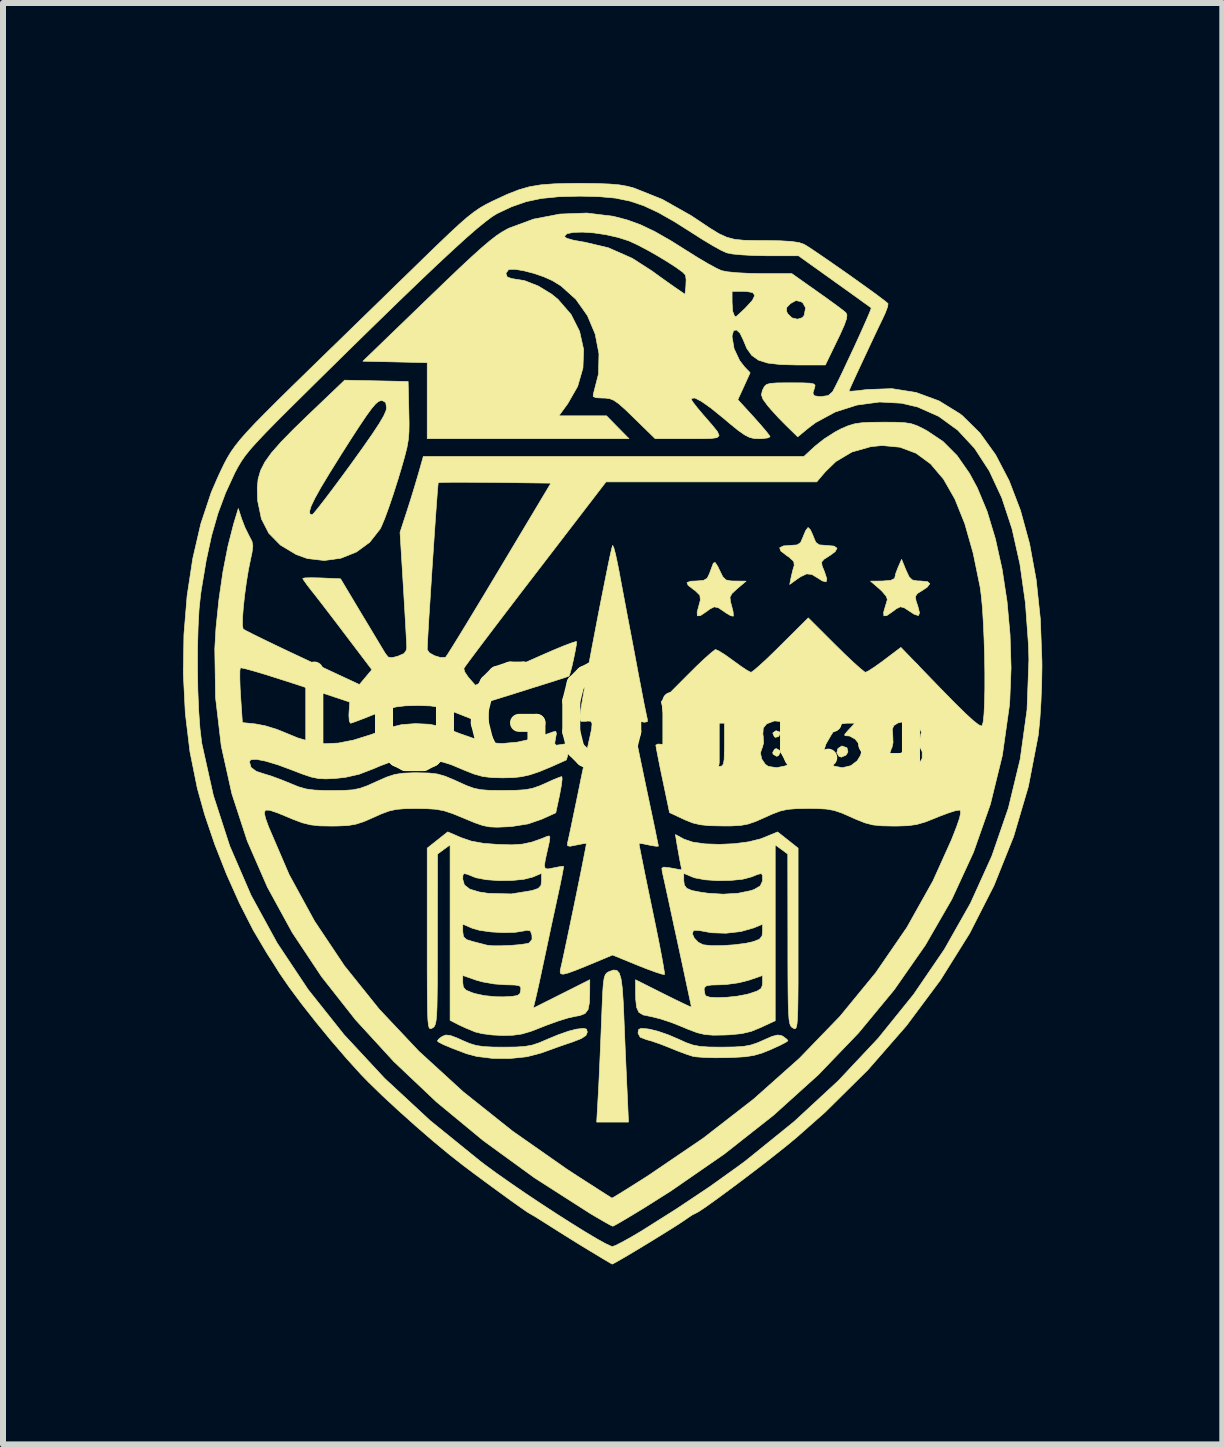
<source format=kicad_pcb>
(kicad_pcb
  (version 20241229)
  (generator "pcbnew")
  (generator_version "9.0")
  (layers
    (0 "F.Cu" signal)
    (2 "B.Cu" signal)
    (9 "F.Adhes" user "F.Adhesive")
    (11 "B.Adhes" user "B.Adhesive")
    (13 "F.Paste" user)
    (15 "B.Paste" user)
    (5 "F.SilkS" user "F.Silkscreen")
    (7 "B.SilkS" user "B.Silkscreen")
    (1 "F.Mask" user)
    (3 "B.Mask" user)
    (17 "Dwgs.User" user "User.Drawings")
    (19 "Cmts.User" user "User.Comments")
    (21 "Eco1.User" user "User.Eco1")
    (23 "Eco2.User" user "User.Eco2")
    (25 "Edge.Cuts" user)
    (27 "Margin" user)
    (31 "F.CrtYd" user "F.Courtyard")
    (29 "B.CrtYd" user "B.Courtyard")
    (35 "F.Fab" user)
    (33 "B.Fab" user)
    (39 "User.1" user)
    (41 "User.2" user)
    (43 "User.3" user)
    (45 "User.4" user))
  (footprint "LOGOmed"
    (layer "F.Cu")
    (at 7.159 8.959)
    (property "Reference" "LOGOmed" (at 0 0 0) (layer "F.SilkS") (effects (font (size 1.524 1.524) (thickness 0.3))))
    (attr through_hole)
    (fp_poly (pts (xy 2.787 0.5) (xy 2.794 0.529) (xy 2.76 0.585) (xy 2.731 0.593) (xy 2.674 0.559) (xy 2.667 0.529) (xy 2.701 0.473) (xy 2.731 0.466) (xy 2.787 0.5)) (stroke (width 0.01) (type solid)) (fill yes) (layer "F.SilkS"))
    (fp_poly (pts (xy 2.787 0.191) (xy 2.794 0.209) (xy 2.766 0.264) (xy 2.712 0.278) (xy 2.694 0.267) (xy 2.668 0.206) (xy 2.714 0.171) (xy 2.731 0.169) (xy 2.787 0.191)) (stroke (width 0.01) (type solid)) (fill yes) (layer "F.SilkS"))
    (fp_poly (pts (xy 4.946 0.5) (xy 4.953 0.529) (xy 4.919 0.585) (xy 4.889 0.593) (xy 4.833 0.559) (xy 4.826 0.529) (xy 4.86 0.473) (xy 4.889 0.466) (xy 4.946 0.5)) (stroke (width 0.01) (type solid)) (fill yes) (layer "F.SilkS"))
    (fp_poly (pts (xy 4.946 0.191) (xy 4.953 0.209) (xy 4.925 0.264) (xy 4.871 0.278) (xy 4.853 0.267) (xy 4.827 0.206) (xy 4.873 0.171) (xy 4.889 0.169) (xy 4.946 0.191)) (stroke (width 0.01) (type solid)) (fill yes) (layer "F.SilkS"))
    (fp_poly (pts (xy 3.905 0.453) (xy 3.921 0.521) (xy 3.889 0.574) (xy 3.811 0.608) (xy 3.772 0.595) (xy 3.735 0.535) (xy 3.754 0.464) (xy 3.815 0.424) (xy 3.827 0.423) (xy 3.905 0.453)) (stroke (width 0.01) (type solid)) (fill yes) (layer "F.SilkS"))
    (fp_poly (pts (xy 0.07 4.161) (xy 0.111 4.207) (xy 0.14 4.303) (xy 0.161 4.457) (xy 0.176 4.68) (xy 0.186 4.901) (xy 0.198 5.192) (xy 0.211 5.511) (xy 0.225 5.823) (xy 0.237 6.092) (xy 0.239 6.128) (xy 0.264 6.689) (xy -0.266 6.689) (xy -0.239 6.212) (xy -0.228 6.002) (xy -0.216 5.734) (xy -0.203 5.437) (xy -0.191 5.137) (xy -0.185 4.981) (xy -0.174 4.711) (xy -0.165 4.514) (xy -0.155 4.377) (xy -0.141 4.287) (xy -0.123 4.234) (xy -0.098 4.203) (xy -0.064 4.183) (xy -0.059 4.181) (xy 0.015 4.155) (xy 0.07 4.161)) (stroke (width 0.01) (type solid)) (fill yes) (layer "F.SilkS"))
    (fp_poly (pts (xy 4.888 -2.508) (xy 4.94 -2.397) (xy 4.993 -2.345) (xy 5.076 -2.329) (xy 5.127 -2.328) (xy 5.247 -2.317) (xy 5.285 -2.282) (xy 5.242 -2.225) (xy 5.165 -2.173) (xy 5.078 -2.119) (xy 5.045 -2.07) (xy 5.055 -1.997) (xy 5.085 -1.909) (xy 5.114 -1.795) (xy 5.095 -1.751) (xy 5.024 -1.774) (xy 4.959 -1.816) (xy 4.86 -1.881) (xy 4.795 -1.898) (xy 4.727 -1.865) (xy 4.668 -1.82) (xy 4.568 -1.751) (xy 4.519 -1.747) (xy 4.516 -1.807) (xy 4.528 -1.852) (xy 4.559 -1.955) (xy 4.578 -2.019) (xy 4.558 -2.074) (xy 4.489 -2.156) (xy 4.445 -2.197) (xy 4.297 -2.325) (xy 4.498 -2.327) (xy 4.636 -2.339) (xy 4.698 -2.37) (xy 4.701 -2.381) (xy 4.718 -2.455) (xy 4.758 -2.559) (xy 4.759 -2.561) (xy 4.815 -2.688) (xy 4.888 -2.508)) (stroke (width 0.01) (type solid)) (fill yes) (layer "F.SilkS"))
    (fp_poly (pts (xy -0.437 5.139) (xy -0.423 5.184) (xy -0.423 5.192) (xy -0.445 5.245) (xy -0.521 5.296) (xy -0.664 5.352) (xy -0.688 5.36) (xy -0.878 5.425) (xy -1.081 5.498) (xy -1.195 5.539) (xy -1.429 5.6) (xy -1.707 5.629) (xy -1.996 5.628) (xy -2.264 5.595) (xy -2.434 5.55) (xy -2.665 5.462) (xy -2.819 5.398) (xy -2.902 5.355) (xy -2.921 5.335) (xy -2.89 5.297) (xy -2.839 5.261) (xy -2.78 5.238) (xy -2.704 5.246) (xy -2.589 5.289) (xy -2.511 5.325) (xy -2.387 5.378) (xy -2.276 5.412) (xy -2.151 5.431) (xy -1.987 5.439) (xy -1.82 5.44) (xy -1.612 5.438) (xy -1.461 5.428) (xy -1.339 5.406) (xy -1.22 5.366) (xy -1.076 5.304) (xy -0.904 5.233) (xy -0.735 5.174) (xy -0.604 5.14) (xy -0.6 5.14) (xy -0.488 5.127) (xy -0.437 5.139)) (stroke (width 0.01) (type solid)) (fill yes) (layer "F.SilkS"))
    (fp_poly (pts (xy 1.753 -2.568) (xy 1.781 -2.508) (xy 1.835 -2.398) (xy 1.889 -2.345) (xy 1.976 -2.328) (xy 2.041 -2.327) (xy 2.223 -2.325) (xy 2.077 -2.201) (xy 1.989 -2.12) (xy 1.955 -2.057) (xy 1.964 -1.978) (xy 1.981 -1.919) (xy 2.007 -1.814) (xy 2.012 -1.748) (xy 2.009 -1.741) (xy 1.965 -1.75) (xy 1.884 -1.798) (xy 1.864 -1.813) (xy 1.763 -1.881) (xy 1.694 -1.897) (xy 1.621 -1.861) (xy 1.566 -1.82) (xy 1.463 -1.751) (xy 1.411 -1.747) (xy 1.408 -1.809) (xy 1.414 -1.831) (xy 1.445 -1.948) (xy 1.462 -2.011) (xy 1.453 -2.09) (xy 1.374 -2.168) (xy 1.356 -2.18) (xy 1.258 -2.255) (xy 1.238 -2.301) (xy 1.3 -2.324) (xy 1.398 -2.328) (xy 1.513 -2.337) (xy 1.575 -2.373) (xy 1.611 -2.445) (xy 1.651 -2.553) (xy 1.678 -2.625) (xy 1.707 -2.637) (xy 1.753 -2.568)) (stroke (width 0.01) (type solid)) (fill yes) (layer "F.SilkS"))
    (fp_poly (pts (xy 3.295 -3.181) (xy 3.336 -3.092) (xy 3.344 -3.069) (xy 3.385 -2.972) (xy 3.442 -2.93) (xy 3.549 -2.921) (xy 3.557 -2.921) (xy 3.689 -2.909) (xy 3.739 -2.874) (xy 3.708 -2.817) (xy 3.62 -2.752) (xy 3.521 -2.689) (xy 3.482 -2.643) (xy 3.49 -2.579) (xy 3.531 -2.479) (xy 3.569 -2.362) (xy 3.557 -2.313) (xy 3.492 -2.33) (xy 3.427 -2.372) (xy 3.319 -2.437) (xy 3.232 -2.446) (xy 3.132 -2.399) (xy 3.079 -2.363) (xy 2.95 -2.27) (xy 2.975 -2.395) (xy 3.002 -2.509) (xy 3.026 -2.588) (xy 3.018 -2.653) (xy 2.937 -2.727) (xy 2.902 -2.75) (xy 2.802 -2.827) (xy 2.783 -2.881) (xy 2.845 -2.912) (xy 2.963 -2.921) (xy 3.073 -2.929) (xy 3.132 -2.968) (xy 3.173 -3.062) (xy 3.175 -3.069) (xy 3.216 -3.166) (xy 3.253 -3.216) (xy 3.26 -3.217) (xy 3.295 -3.181)) (stroke (width 0.01) (type solid)) (fill yes) (layer "F.SilkS"))
    (fp_poly (pts (xy 0.564 5.134) (xy 0.615 5.141) (xy 0.753 5.175) (xy 0.927 5.235) (xy 1.091 5.305) (xy 1.228 5.367) (xy 1.341 5.406) (xy 1.459 5.428) (xy 1.606 5.438) (xy 1.811 5.44) (xy 1.82 5.44) (xy 2.032 5.437) (xy 2.184 5.427) (xy 2.303 5.405) (xy 2.415 5.367) (xy 2.511 5.325) (xy 2.654 5.262) (xy 2.746 5.238) (xy 2.81 5.246) (xy 2.839 5.261) (xy 2.903 5.309) (xy 2.921 5.334) (xy 2.884 5.36) (xy 2.79 5.409) (xy 2.656 5.47) (xy 2.635 5.48) (xy 2.488 5.539) (xy 2.356 5.577) (xy 2.211 5.6) (xy 2.025 5.611) (xy 1.905 5.615) (xy 1.705 5.617) (xy 1.524 5.612) (xy 1.387 5.601) (xy 1.333 5.592) (xy 1.226 5.557) (xy 1.078 5.502) (xy 0.953 5.451) (xy 0.795 5.389) (xy 0.647 5.338) (xy 0.561 5.314) (xy 0.459 5.275) (xy 0.424 5.21) (xy 0.423 5.199) (xy 0.432 5.147) (xy 0.471 5.128) (xy 0.564 5.134)) (stroke (width 0.01) (type solid)) (fill yes) (layer "F.SilkS"))
    (fp_poly (pts (xy -3.408 -5.652) (xy -3.396 -5.154) (xy -3.392 -4.963) (xy -3.394 -4.813) (xy -3.405 -4.682) (xy -3.428 -4.549) (xy -3.468 -4.392) (xy -3.526 -4.19) (xy -3.58 -4.011) (xy -3.655 -3.775) (xy -3.73 -3.554) (xy -3.799 -3.366) (xy -3.855 -3.233) (xy -3.876 -3.192) (xy -4.047 -2.974) (xy -4.271 -2.81) (xy -4.529 -2.707) (xy -4.806 -2.669) (xy -5.085 -2.701) (xy -5.271 -2.767) (xy -5.537 -2.927) (xy -5.73 -3.123) (xy -5.853 -3.363) (xy -5.879 -3.488) (xy -5.051 -3.488) (xy -5.043 -3.442) (xy -5.007 -3.431) (xy -4.974 -3.464) (xy -4.899 -3.556) (xy -4.788 -3.699) (xy -4.65 -3.882) (xy -4.491 -4.096) (xy -4.371 -4.26) (xy -4.164 -4.548) (xy -4.005 -4.776) (xy -3.89 -4.95) (xy -3.815 -5.078) (xy -3.776 -5.167) (xy -3.768 -5.211) (xy -3.781 -5.301) (xy -3.832 -5.331) (xy -3.863 -5.333) (xy -3.901 -5.32) (xy -3.95 -5.279) (xy -4.017 -5.201) (xy -4.105 -5.08) (xy -4.222 -4.906) (xy -4.373 -4.674) (xy -4.522 -4.439) (xy -4.713 -4.133) (xy -4.859 -3.891) (xy -4.962 -3.706) (xy -5.025 -3.574) (xy -5.051 -3.488) (xy -5.879 -3.488) (xy -5.914 -3.656) (xy -5.918 -3.708) (xy -5.922 -3.878) (xy -5.908 -4.027) (xy -5.867 -4.168) (xy -5.795 -4.31) (xy -5.684 -4.465) (xy -5.527 -4.643) (xy -5.319 -4.856) (xy -5.088 -5.08) (xy -4.466 -5.674) (xy -3.408 -5.652)) (stroke (width 0.01) (type solid)) (fill yes) (layer "F.SilkS"))
    (fp_poly (pts (xy 0.019 -2.882) (xy 0.047 -2.778) (xy 0.08 -2.625) (xy 0.103 -2.508) (xy 0.148 -2.266) (xy 0.199 -1.995) (xy 0.246 -1.744) (xy 0.256 -1.693) (xy 0.294 -1.493) (xy 0.342 -1.241) (xy 0.393 -0.969) (xy 0.442 -0.708) (xy 0.444 -0.699) (xy 0.486 -0.479) (xy 0.523 -0.286) (xy 0.554 -0.136) (xy 0.573 -0.046) (xy 0.577 -0.032) (xy 0.579 0.016) (xy 0.531 0.026) (xy 0.468 0.015) (xy 0.379 0.008) (xy 0.339 0.027) (xy 0.339 0.029) (xy 0.347 0.08) (xy 0.371 0.201) (xy 0.407 0.382) (xy 0.454 0.61) (xy 0.509 0.874) (xy 0.55 1.071) (xy 0.609 1.351) (xy 0.662 1.602) (xy 0.706 1.812) (xy 0.738 1.971) (xy 0.758 2.067) (xy 0.762 2.091) (xy 0.726 2.093) (xy 0.635 2.079) (xy 0.604 2.072) (xy 0.502 2.051) (xy 0.443 2.044) (xy 0.439 2.045) (xy 0.445 2.087) (xy 0.467 2.201) (xy 0.502 2.375) (xy 0.547 2.6) (xy 0.601 2.863) (xy 0.657 3.132) (xy 0.717 3.422) (xy 0.77 3.685) (xy 0.813 3.908) (xy 0.844 4.08) (xy 0.862 4.192) (xy 0.864 4.23) (xy 0.819 4.223) (xy 0.713 4.189) (xy 0.563 4.134) (xy 0.421 4.078) (xy -0.002 3.905) (xy -0.392 4.068) (xy -0.599 4.152) (xy -0.74 4.204) (xy -0.825 4.225) (xy -0.866 4.216) (xy -0.875 4.179) (xy -0.868 4.138) (xy -0.843 4.028) (xy -0.807 3.862) (xy -0.763 3.654) (xy -0.713 3.416) (xy -0.66 3.161) (xy -0.607 2.905) (xy -0.557 2.659) (xy -0.512 2.437) (xy -0.476 2.253) (xy -0.45 2.121) (xy -0.438 2.052) (xy -0.438 2.046) (xy -0.48 2.048) (xy -0.576 2.066) (xy -0.608 2.073) (xy -0.711 2.093) (xy -0.752 2.083) (xy -0.751 2.036) (xy -0.747 2.018) (xy -0.731 1.947) (xy -0.701 1.809) (xy -0.662 1.62) (xy -0.615 1.395) (xy -0.576 1.206) (xy -0.525 0.955) (xy -0.475 0.718) (xy -0.432 0.514) (xy -0.4 0.362) (xy -0.385 0.296) (xy -0.351 0.139) (xy -0.343 0.049) (xy -0.364 0.009) (xy -0.416 0.006) (xy -0.445 0.01) (xy -0.527 0.011) (xy -0.551 -0.038) (xy -0.544 -0.103) (xy -0.522 -0.237) (xy -0.49 -0.426) (xy -0.448 -0.66) (xy -0.399 -0.928) (xy -0.345 -1.217) (xy -0.288 -1.516) (xy -0.231 -1.814) (xy -0.175 -2.098) (xy -0.123 -2.358) (xy -0.078 -2.582) (xy -0.041 -2.758) (xy -0.014 -2.875) (xy -0.000008 -2.921) (xy 0.000494 -2.921) (xy 0.019 -2.882)) (stroke (width 0.01) (type solid)) (fill yes) (layer "F.SilkS"))
    (fp_poly (pts (xy -2.528 1.948) (xy -2.357 2.007) (xy -2.153 2.044) (xy -1.905 2.063) (xy -1.679 2.069) (xy -1.503 2.057) (xy -1.345 2.023) (xy -1.171 1.961) (xy -1.095 1.929) (xy -1.058 1.92) (xy -1.046 1.946) (xy -1.056 2.022) (xy -1.084 2.146) (xy -1.122 2.315) (xy -1.137 2.415) (xy -1.124 2.463) (xy -1.077 2.471) (xy -0.993 2.455) (xy -0.985 2.453) (xy -0.882 2.433) (xy -0.823 2.426) (xy -0.818 2.427) (xy -0.823 2.47) (xy -0.843 2.578) (xy -0.875 2.736) (xy -0.915 2.922) (xy -0.967 3.163) (xy -1.029 3.45) (xy -1.091 3.743) (xy -1.141 3.979) (xy -1.188 4.199) (xy -1.231 4.399) (xy -1.267 4.558) (xy -1.29 4.658) (xy -1.293 4.67) (xy -1.323 4.79) (xy -0.852 4.554) (xy -0.381 4.317) (xy -0.382 4.519) (xy -0.387 4.7) (xy -0.41 4.814) (xy -0.46 4.88) (xy -0.547 4.914) (xy -0.618 4.926) (xy -0.744 4.954) (xy -0.917 5.008) (xy -1.104 5.076) (xy -1.165 5.1) (xy -1.362 5.177) (xy -1.517 5.222) (xy -1.664 5.242) (xy -1.831 5.246) (xy -2.01 5.237) (xy -2.176 5.215) (xy -2.29 5.187) (xy -2.434 5.128) (xy -2.573 5.064) (xy -2.576 5.062) (xy -2.709 4.993) (xy -2.709 4.366) (xy -2.498 4.366) (xy -2.488 4.441) (xy -2.444 4.49) (xy -2.346 4.531) (xy -2.297 4.547) (xy -2.141 4.581) (xy -1.95 4.6) (xy -1.82 4.602) (xy -1.671 4.594) (xy -1.586 4.579) (xy -1.546 4.549) (xy -1.532 4.498) (xy -1.53 4.446) (xy -1.556 4.417) (xy -1.628 4.405) (xy -1.765 4.401) (xy -1.786 4.401) (xy -1.975 4.387) (xy -2.172 4.352) (xy -2.275 4.323) (xy -2.498 4.246) (xy -2.498 4.366) (xy -2.709 4.366) (xy -2.709 3.514) (xy -2.498 3.514) (xy -2.486 3.599) (xy -2.436 3.647) (xy -2.339 3.678) (xy -2.211 3.711) (xy -2.106 3.738) (xy -2.095 3.741) (xy -2.002 3.751) (xy -1.857 3.751) (xy -1.691 3.744) (xy -1.535 3.731) (xy -1.42 3.713) (xy -1.393 3.705) (xy -1.343 3.645) (xy -1.345 3.575) (xy -1.371 3.503) (xy -1.429 3.492) (xy -1.476 3.503) (xy -1.626 3.527) (xy -1.822 3.532) (xy -2.03 3.52) (xy -2.216 3.494) (xy -2.339 3.459) (xy -2.498 3.391) (xy -2.498 3.514) (xy -2.709 3.514) (xy -2.709 2.644) (xy -2.498 2.644) (xy -2.47 2.738) (xy -2.381 2.807) (xy -2.222 2.855) (xy -2.075 2.877) (xy -1.688 2.887) (xy -1.344 2.831) (xy -1.239 2.795) (xy -1.194 2.745) (xy -1.185 2.668) (xy -1.185 2.544) (xy -1.332 2.606) (xy -1.479 2.643) (xy -1.678 2.663) (xy -1.897 2.665) (xy -2.106 2.65) (xy -2.274 2.618) (xy -2.314 2.603) (xy -2.425 2.558) (xy -2.479 2.548) (xy -2.496 2.578) (xy -2.498 2.644) (xy -2.709 2.644) (xy -2.709 2.07) (xy -2.814 2.146) (xy -2.918 2.223) (xy -2.92 3.65) (xy -2.92 4.035) (xy -2.921 4.344) (xy -2.924 4.586) (xy -2.927 4.77) (xy -2.933 4.903) (xy -2.942 4.996) (xy -2.954 5.055) (xy -2.969 5.091) (xy -2.988 5.112) (xy -3.006 5.122) (xy -3.028 5.132) (xy -3.046 5.131) (xy -3.06 5.111) (xy -3.071 5.064) (xy -3.079 4.982) (xy -3.084 4.858) (xy -3.087 4.682) (xy -3.089 4.448) (xy -3.09 4.147) (xy -3.09 3.772) (xy -3.09 3.646) (xy -3.09 2.124) (xy -2.748 1.853) (xy -2.528 1.948)) (stroke (width 0.01) (type solid)) (fill yes) (layer "F.SilkS"))
    (fp_poly (pts (xy 2.92 1.989) (xy 3.09 2.124) (xy 3.09 3.646) (xy 3.09 4.044) (xy 3.09 4.366) (xy 3.088 4.619) (xy 3.085 4.811) (xy 3.08 4.95) (xy 3.073 5.044) (xy 3.063 5.101) (xy 3.05 5.128) (xy 3.034 5.134) (xy 3.013 5.126) (xy 3.006 5.122) (xy 2.983 5.107) (xy 2.964 5.083) (xy 2.95 5.042) (xy 2.939 4.975) (xy 2.932 4.873) (xy 2.926 4.727) (xy 2.923 4.529) (xy 2.921 4.27) (xy 2.92 3.941) (xy 2.92 3.65) (xy 2.918 2.223) (xy 2.814 2.146) (xy 2.709 2.07) (xy 2.709 5) (xy 2.466 5.113) (xy 2.307 5.178) (xy 2.149 5.215) (xy 1.955 5.234) (xy 1.863 5.238) (xy 1.676 5.241) (xy 1.536 5.23) (xy 1.407 5.199) (xy 1.253 5.141) (xy 1.164 5.103) (xy 0.981 5.03) (xy 0.799 4.97) (xy 0.653 4.933) (xy 0.628 4.928) (xy 0.51 4.904) (xy 0.437 4.86) (xy 0.399 4.778) (xy 0.384 4.64) (xy 0.382 4.519) (xy 0.381 4.317) (xy 0.847 4.551) (xy 1.024 4.639) (xy 1.171 4.71) (xy 1.271 4.757) (xy 1.312 4.773) (xy 1.312 4.772) (xy 1.304 4.73) (xy 1.28 4.618) (xy 1.251 4.48) (xy 1.524 4.48) (xy 1.538 4.561) (xy 1.552 4.586) (xy 1.619 4.608) (xy 1.744 4.615) (xy 1.904 4.609) (xy 2.074 4.591) (xy 2.229 4.562) (xy 2.278 4.549) (xy 2.406 4.506) (xy 2.472 4.465) (xy 2.495 4.409) (xy 2.498 4.365) (xy 2.498 4.246) (xy 2.275 4.323) (xy 2.103 4.367) (xy 1.902 4.395) (xy 1.789 4.401) (xy 1.642 4.405) (xy 1.562 4.419) (xy 1.529 4.449) (xy 1.524 4.48) (xy 1.251 4.48) (xy 1.244 4.45) (xy 1.199 4.237) (xy 1.147 3.994) (xy 1.091 3.734) (xy 1.051 3.549) (xy 1.327 3.549) (xy 1.36 3.623) (xy 1.427 3.693) (xy 1.508 3.734) (xy 1.642 3.749) (xy 1.827 3.748) (xy 2.031 3.734) (xy 2.222 3.709) (xy 2.339 3.683) (xy 2.444 3.643) (xy 2.489 3.589) (xy 2.498 3.514) (xy 2.498 3.391) (xy 2.353 3.452) (xy 2.136 3.514) (xy 1.886 3.542) (xy 1.647 3.534) (xy 1.569 3.52) (xy 1.449 3.498) (xy 1.365 3.493) (xy 1.348 3.496) (xy 1.327 3.549) (xy 1.051 3.549) (xy 1.033 3.468) (xy 0.978 3.211) (xy 0.927 2.975) (xy 0.883 2.773) (xy 0.86 2.666) (xy 1.185 2.666) (xy 1.195 2.741) (xy 1.235 2.793) (xy 1.32 2.83) (xy 1.465 2.858) (xy 1.586 2.875) (xy 1.84 2.891) (xy 2.09 2.876) (xy 2.303 2.832) (xy 2.36 2.812) (xy 2.46 2.753) (xy 2.496 2.674) (xy 2.498 2.648) (xy 2.496 2.575) (xy 2.476 2.548) (xy 2.418 2.561) (xy 2.314 2.603) (xy 2.166 2.642) (xy 1.967 2.662) (xy 1.747 2.666) (xy 1.538 2.651) (xy 1.372 2.62) (xy 1.332 2.606) (xy 1.185 2.544) (xy 1.185 2.666) (xy 0.86 2.666) (xy 0.849 2.619) (xy 0.829 2.525) (xy 0.826 2.514) (xy 0.82 2.459) (xy 0.85 2.44) (xy 0.937 2.449) (xy 0.979 2.456) (xy 1.152 2.488) (xy 1.125 2.355) (xy 1.1 2.219) (xy 1.074 2.069) (xy 1.072 2.06) (xy 1.046 1.897) (xy 1.19 1.975) (xy 1.336 2.024) (xy 1.541 2.053) (xy 1.78 2.061) (xy 2.029 2.05) (xy 2.265 2.019) (xy 2.464 1.97) (xy 2.507 1.953) (xy 2.749 1.854) (xy 2.92 1.989)) (stroke (width 0.01) (type solid)) (fill yes) (layer "F.SilkS"))
    (fp_poly (pts (xy 0.01 -8.405) (xy 0.014 -8.404) (xy 0.241 -8.345) (xy 0.464 -8.264) (xy 0.701 -8.151) (xy 0.969 -7.998) (xy 1.228 -7.835) (xy 1.413 -7.719) (xy 1.585 -7.617) (xy 1.727 -7.54) (xy 1.816 -7.499) (xy 1.915 -7.48) (xy 2.076 -7.464) (xy 2.276 -7.454) (xy 2.472 -7.45) (xy 2.985 -7.45) (xy 3.408 -7.151) (xy 3.577 -7.031) (xy 3.723 -6.925) (xy 3.831 -6.844) (xy 3.886 -6.799) (xy 3.904 -6.761) (xy 3.897 -6.697) (xy 3.86 -6.592) (xy 3.789 -6.433) (xy 3.742 -6.336) (xy 3.544 -5.927) (xy 3.083 -5.927) (xy 2.799 -5.934) (xy 2.585 -5.959) (xy 2.429 -6.008) (xy 2.317 -6.088) (xy 2.235 -6.204) (xy 2.179 -6.339) (xy 2.123 -6.456) (xy 2.064 -6.511) (xy 2.015 -6.5) (xy 1.991 -6.42) (xy 1.99 -6.394) (xy 2.024 -6.197) (xy 2.116 -6.001) (xy 2.199 -5.894) (xy 2.291 -5.798) (xy 2.189 -5.573) (xy 2.086 -5.349) (xy 2.354 -5.056) (xy 2.47 -4.925) (xy 2.562 -4.817) (xy 2.615 -4.747) (xy 2.623 -4.731) (xy 2.586 -4.712) (xy 2.491 -4.7) (xy 2.437 -4.699) (xy 2.353 -4.703) (xy 2.278 -4.722) (xy 2.196 -4.764) (xy 2.091 -4.838) (xy 1.947 -4.955) (xy 1.849 -5.038) (xy 1.638 -5.209) (xy 1.478 -5.322) (xy 1.37 -5.377) (xy 1.318 -5.371) (xy 1.312 -5.349) (xy 1.338 -5.307) (xy 1.407 -5.218) (xy 1.506 -5.1) (xy 1.538 -5.064) (xy 1.666 -4.916) (xy 1.747 -4.815) (xy 1.774 -4.751) (xy 1.739 -4.716) (xy 1.638 -4.702) (xy 1.464 -4.699) (xy 1.267 -4.699) (xy 0.709 -4.699) (xy 0.362 -5.038) (xy 0.21 -5.185) (xy 0.1 -5.282) (xy 0.018 -5.339) (xy -0.053 -5.367) (xy -0.129 -5.376) (xy -0.166 -5.376) (xy -0.279 -5.382) (xy -0.325 -5.403) (xy -0.321 -5.445) (xy -0.236 -5.777) (xy -0.228 -6.114) (xy -0.291 -6.442) (xy -0.42 -6.749) (xy -0.612 -7.021) (xy -0.86 -7.244) (xy -1.004 -7.333) (xy -1.145 -7.396) (xy -1.31 -7.453) (xy -1.476 -7.496) (xy -1.62 -7.521) (xy -1.717 -7.521) (xy -1.735 -7.515) (xy -1.779 -7.454) (xy -1.757 -7.394) (xy -1.68 -7.366) (xy -1.677 -7.366) (xy -1.468 -7.333) (xy -1.239 -7.243) (xy -1.018 -7.108) (xy -0.91 -7.02) (xy -0.693 -6.769) (xy -0.551 -6.487) (xy -0.484 -6.186) (xy -0.495 -5.877) (xy -0.583 -5.571) (xy -0.749 -5.281) (xy -0.896 -5.08) (xy -0.102 -5.08) (xy 0.085 -4.889) (xy 0.272 -4.699) (xy -3.09 -4.699) (xy -3.09 -5.966) (xy -3.626 -5.978) (xy -4.162 -5.99) (xy -3.083 -7.032) (xy -2.786 -7.318) (xy -2.542 -7.551) (xy -2.342 -7.737) (xy -2.181 -7.882) (xy -2.049 -7.994) (xy -1.952 -8.069) (xy -0.804 -8.069) (xy -0.764 -8.038) (xy -0.653 -8.006) (xy -0.483 -7.976) (xy -0.472 -7.975) (xy -0.071 -7.88) (xy 0.326 -7.705) (xy 0.652 -7.496) (xy 0.802 -7.387) (xy 0.951 -7.281) (xy 1.047 -7.214) (xy 1.206 -7.105) (xy 1.211 -7.154) (xy 1.99 -7.154) (xy 1.99 -6.971) (xy 2 -6.821) (xy 2.031 -6.742) (xy 2.054 -6.731) (xy 2.086 -6.758) (xy 2.159 -6.826) (xy 2.216 -6.881) (xy 2.218 -6.883) (xy 2.898 -6.883) (xy 2.899 -6.818) (xy 2.917 -6.781) (xy 2.988 -6.712) (xy 3.081 -6.69) (xy 3.162 -6.716) (xy 3.192 -6.756) (xy 3.215 -6.879) (xy 3.17 -6.961) (xy 3.137 -6.983) (xy 3.054 -7.001) (xy 2.965 -6.952) (xy 2.962 -6.95) (xy 2.898 -6.883) (xy 2.218 -6.883) (xy 2.328 -7.003) (xy 2.368 -7.086) (xy 2.334 -7.134) (xy 2.227 -7.153) (xy 2.18 -7.154) (xy 1.99 -7.154) (xy 1.211 -7.154) (xy 1.22 -7.239) (xy 1.224 -7.35) (xy 1.214 -7.425) (xy 1.168 -7.473) (xy 1.064 -7.549) (xy 0.919 -7.643) (xy 0.751 -7.745) (xy 0.576 -7.844) (xy 0.414 -7.929) (xy 0.28 -7.991) (xy 0.271 -7.995) (xy 0.09 -8.053) (xy -0.11 -8.098) (xy -0.311 -8.128) (xy -0.498 -8.141) (xy -0.653 -8.137) (xy -0.761 -8.115) (xy -0.804 -8.072) (xy -0.804 -8.069) (xy -1.952 -8.069) (xy -1.941 -8.078) (xy -1.847 -8.141) (xy -1.761 -8.19) (xy -1.722 -8.209) (xy -1.318 -8.358) (xy -0.88 -8.442) (xy -0.43 -8.459) (xy 0.01 -8.405)) (stroke (width 0.01) (type solid)) (fill yes) (layer "F.SilkS"))
    (fp_poly (pts (xy -0.27 -8.951) (xy -0.057 -8.943) (xy 0.109 -8.929) (xy 0.244 -8.905) (xy 0.36 -8.874) (xy 0.827 -8.687) (xy 1.304 -8.418) (xy 1.416 -8.344) (xy 1.616 -8.21) (xy 1.769 -8.116) (xy 1.9 -8.056) (xy 2.031 -8.021) (xy 2.188 -8.005) (xy 2.393 -8.001) (xy 2.527 -8.001) (xy 2.787 -7.997) (xy 2.975 -7.986) (xy 3.106 -7.967) (xy 3.191 -7.937) (xy 3.262 -7.894) (xy 3.382 -7.814) (xy 3.54 -7.706) (xy 3.722 -7.58) (xy 3.915 -7.445) (xy 4.106 -7.309) (xy 4.282 -7.183) (xy 4.429 -7.075) (xy 4.535 -6.995) (xy 4.587 -6.952) (xy 4.589 -6.949) (xy 4.582 -6.898) (xy 4.544 -6.796) (xy 4.494 -6.688) (xy 4.421 -6.537) (xy 4.335 -6.355) (xy 4.243 -6.159) (xy 4.152 -5.964) (xy 4.068 -5.784) (xy 4 -5.636) (xy 3.954 -5.533) (xy 3.937 -5.492) (xy 3.975 -5.49) (xy 4.077 -5.498) (xy 4.22 -5.516) (xy 4.239 -5.518) (xy 4.653 -5.533) (xy 5.057 -5.469) (xy 5.438 -5.329) (xy 5.784 -5.116) (xy 5.828 -5.082) (xy 6.121 -4.793) (xy 6.382 -4.43) (xy 6.607 -3.998) (xy 6.796 -3.504) (xy 6.947 -2.951) (xy 7.058 -2.346) (xy 7.127 -1.692) (xy 7.153 -0.995) (xy 7.154 -0.913) (xy 7.149 -0.612) (xy 7.137 -0.307) (xy 7.119 -0.025) (xy 7.096 0.208) (xy 7.09 0.254) (xy 6.927 1.099) (xy 6.682 1.93) (xy 6.355 2.746) (xy 5.948 3.545) (xy 5.461 4.324) (xy 4.897 5.081) (xy 4.256 5.816) (xy 3.54 6.525) (xy 3.064 6.945) (xy 2.915 7.069) (xy 2.732 7.215) (xy 2.527 7.376) (xy 2.31 7.542) (xy 2.092 7.707) (xy 1.885 7.861) (xy 1.699 7.997) (xy 1.545 8.107) (xy 1.434 8.181) (xy 1.377 8.212) (xy 1.374 8.213) (xy 1.327 8.236) (xy 1.242 8.293) (xy 1.214 8.313) (xy 1.138 8.364) (xy 1.014 8.444) (xy 0.855 8.543) (xy 0.677 8.653) (xy 0.493 8.765) (xy 0.319 8.87) (xy 0.168 8.959) (xy 0.056 9.023) (xy -0.003 9.054) (xy -0.009 9.055) (xy -0.048 9.033) (xy -0.143 8.977) (xy -0.279 8.895) (xy -0.382 8.833) (xy -0.582 8.711) (xy -0.797 8.577) (xy -0.989 8.456) (xy -1.038 8.425) (xy -1.18 8.335) (xy -1.295 8.263) (xy -1.366 8.222) (xy -1.375 8.217) (xy -1.429 8.184) (xy -1.538 8.108) (xy -1.691 8) (xy -1.875 7.866) (xy -2.079 7.717) (xy -2.29 7.561) (xy -2.477 7.421) (xy -2.718 7.232) (xy -2.992 7.005) (xy -3.282 6.754) (xy -3.569 6.497) (xy -3.837 6.249) (xy -4.066 6.026) (xy -4.189 5.9) (xy -4.437 5.626) (xy -4.694 5.327) (xy -4.946 5.02) (xy -5.182 4.72) (xy -5.388 4.443) (xy -5.553 4.204) (xy -5.609 4.114) (xy -5.657 4.037) (xy -5.73 3.924) (xy -5.762 3.874) (xy -5.989 3.491) (xy -6.216 3.046) (xy -6.433 2.562) (xy -6.63 2.062) (xy -6.798 1.567) (xy -6.921 1.127) (xy -7.044 0.516) (xy -7.121 -0.124) (xy -7.154 -0.78) (xy -7.153 -0.859) (xy -6.918 -0.859) (xy -6.912 -0.501) (xy -6.898 -0.165) (xy -6.877 0.129) (xy -6.849 0.362) (xy -6.846 0.381) (xy -6.654 1.245) (xy -6.381 2.088) (xy -6.026 2.909) (xy -5.59 3.706) (xy -5.074 4.481) (xy -4.476 5.233) (xy -3.799 5.961) (xy -3.041 6.664) (xy -2.203 7.343) (xy -2.138 7.393) (xy -1.936 7.541) (xy -1.704 7.704) (xy -1.452 7.877) (xy -1.191 8.051) (xy -0.932 8.22) (xy -0.685 8.377) (xy -0.46 8.517) (xy -0.269 8.631) (xy -0.121 8.713) (xy -0.027 8.757) (xy -0.004 8.763) (xy 0.054 8.742) (xy 0.167 8.684) (xy 0.318 8.6) (xy 0.483 8.502) (xy 1.066 8.134) (xy 1.614 7.768) (xy 2.107 7.415) (xy 2.215 7.335) (xy 3.026 6.679) (xy 3.763 5.997) (xy 4.427 5.29) (xy 5.016 4.56) (xy 5.528 3.81) (xy 5.963 3.041) (xy 6.319 2.255) (xy 6.595 1.454) (xy 6.791 0.642) (xy 6.905 -0.182) (xy 6.936 -1.014) (xy 6.93 -1.249) (xy 6.878 -1.963) (xy 6.786 -2.613) (xy 6.655 -3.197) (xy 6.485 -3.713) (xy 6.277 -4.16) (xy 6.032 -4.537) (xy 5.75 -4.841) (xy 5.433 -5.071) (xy 5.082 -5.227) (xy 4.813 -5.29) (xy 4.445 -5.31) (xy 4.07 -5.259) (xy 3.709 -5.144) (xy 3.385 -4.969) (xy 3.27 -4.883) (xy 3.084 -4.73) (xy 2.893 -4.916) (xy 2.765 -5.046) (xy 2.641 -5.182) (xy 2.578 -5.256) (xy 2.504 -5.358) (xy 2.479 -5.43) (xy 2.495 -5.501) (xy 2.504 -5.521) (xy 2.53 -5.571) (xy 2.566 -5.603) (xy 2.628 -5.62) (xy 2.734 -5.628) (xy 2.902 -5.63) (xy 2.975 -5.63) (xy 3.166 -5.629) (xy 3.287 -5.624) (xy 3.351 -5.611) (xy 3.373 -5.589) (xy 3.367 -5.556) (xy 3.337 -5.458) (xy 3.36 -5.414) (xy 3.449 -5.4) (xy 3.466 -5.399) (xy 3.593 -5.418) (xy 3.664 -5.48) (xy 3.701 -5.549) (xy 3.763 -5.672) (xy 3.842 -5.836) (xy 3.931 -6.026) (xy 4.025 -6.226) (xy 4.115 -6.423) (xy 4.195 -6.602) (xy 4.259 -6.747) (xy 4.299 -6.844) (xy 4.309 -6.879) (xy 4.273 -6.905) (xy 4.178 -6.973) (xy 4.038 -7.074) (xy 3.862 -7.2) (xy 3.697 -7.318) (xy 3.097 -7.747) (xy 2.571 -7.747) (xy 2.354 -7.751) (xy 2.154 -7.762) (xy 1.995 -7.777) (xy 1.901 -7.796) (xy 1.806 -7.839) (xy 1.664 -7.918) (xy 1.493 -8.021) (xy 1.355 -8.109) (xy 1.035 -8.312) (xy 0.762 -8.467) (xy 0.518 -8.581) (xy 0.285 -8.659) (xy 0.045 -8.708) (xy -0.221 -8.732) (xy -0.531 -8.74) (xy -0.55 -8.74) (xy -0.9 -8.731) (xy -1.19 -8.702) (xy -1.444 -8.648) (xy -1.686 -8.563) (xy -1.926 -8.45) (xy -2.01 -8.398) (xy -2.122 -8.314) (xy -2.267 -8.196) (xy -2.446 -8.04) (xy -2.662 -7.843) (xy -2.919 -7.604) (xy -3.219 -7.319) (xy -3.566 -6.985) (xy -3.962 -6.6) (xy -4.411 -6.161) (xy -4.914 -5.665) (xy -5.106 -5.475) (xy -5.385 -5.199) (xy -5.611 -4.973) (xy -5.79 -4.79) (xy -5.93 -4.642) (xy -6.038 -4.521) (xy -6.121 -4.418) (xy -6.185 -4.326) (xy -6.239 -4.237) (xy -6.29 -4.142) (xy -6.297 -4.128) (xy -6.45 -3.796) (xy -6.577 -3.455) (xy -6.683 -3.085) (xy -6.773 -2.67) (xy -6.853 -2.192) (xy -6.867 -2.095) (xy -6.892 -1.856) (xy -6.908 -1.556) (xy -6.917 -1.217) (xy -6.918 -0.859) (xy -7.153 -0.859) (xy -7.144 -1.437) (xy -7.091 -2.082) (xy -6.997 -2.701) (xy -6.863 -3.28) (xy -6.689 -3.804) (xy -6.579 -4.058) (xy -6.521 -4.182) (xy -6.468 -4.291) (xy -6.415 -4.389) (xy -6.357 -4.484) (xy -6.288 -4.581) (xy -6.203 -4.688) (xy -6.096 -4.809) (xy -5.962 -4.952) (xy -5.795 -5.122) (xy -5.59 -5.327) (xy -5.341 -5.572) (xy -5.043 -5.863) (xy -4.69 -6.207) (xy -4.677 -6.219) (xy -4.446 -6.444) (xy -4.174 -6.709) (xy -3.879 -6.996) (xy -3.581 -7.287) (xy -3.298 -7.562) (xy -3.171 -7.686) (xy -2.918 -7.931) (xy -2.716 -8.124) (xy -2.554 -8.274) (xy -2.423 -8.388) (xy -2.311 -8.476) (xy -2.21 -8.545) (xy -2.109 -8.603) (xy -1.998 -8.659) (xy -1.986 -8.664) (xy -1.761 -8.769) (xy -1.568 -8.845) (xy -1.388 -8.897) (xy -1.197 -8.929) (xy -0.974 -8.946) (xy -0.698 -8.953) (xy -0.55 -8.954) (xy -0.27 -8.951)) (stroke (width 0.01) (type solid)) (fill yes) (layer "F.SilkS"))
    (fp_poly (pts (xy 4.716 -4.973) (xy 4.863 -4.966) (xy 4.973 -4.949) (xy 5.07 -4.916) (xy 5.177 -4.864) (xy 5.241 -4.829) (xy 5.507 -4.651) (xy 5.739 -4.418) (xy 5.947 -4.119) (xy 6.077 -3.878) (xy 6.24 -3.487) (xy 6.378 -3.03) (xy 6.49 -2.524) (xy 6.572 -1.986) (xy 6.622 -1.432) (xy 6.639 -0.879) (xy 6.618 -0.343) (xy 6.611 -0.252) (xy 6.494 0.578) (xy 6.294 1.394) (xy 6.013 2.193) (xy 5.652 2.976) (xy 5.211 3.74) (xy 4.693 4.483) (xy 4.097 5.204) (xy 3.426 5.902) (xy 2.68 6.575) (xy 1.86 7.221) (xy 0.968 7.838) (xy 0.531 8.114) (xy 0.347 8.226) (xy 0.19 8.32) (xy 0.073 8.388) (xy 0.009 8.422) (xy 0.002 8.424) (xy -0.042 8.404) (xy -0.141 8.349) (xy -0.28 8.268) (xy -0.381 8.208) (xy -1.302 7.618) (xy -2.154 6.999) (xy -2.936 6.353) (xy -3.647 5.68) (xy -4.285 4.984) (xy -4.85 4.266) (xy -5.34 3.529) (xy -5.753 2.774) (xy -6.089 2.003) (xy -6.345 1.218) (xy -6.522 0.422) (xy -6.617 -0.384) (xy -6.622 -0.714) (xy -6.213 -0.714) (xy -6.208 -0.551) (xy -6.2 -0.411) (xy -6.17 0.032) (xy -5.953 0.054) (xy -5.786 0.086) (xy -5.6 0.143) (xy -5.503 0.182) (xy -5.248 0.287) (xy -5.019 0.355) (xy -4.799 0.384) (xy -4.57 0.373) (xy -4.317 0.323) (xy -4.023 0.231) (xy -3.704 0.112) (xy -3.516 0.066) (xy -3.286 0.049) (xy -3.052 0.06) (xy -2.851 0.1) (xy -2.815 0.112) (xy -2.54 0.218) (xy -2.326 0.292) (xy -2.154 0.341) (xy -2.01 0.368) (xy -1.875 0.379) (xy -1.835 0.38) (xy -1.584 0.357) (xy -1.298 0.293) (xy -1.011 0.194) (xy -1.001 0.189) (xy -0.949 0.177) (xy -0.937 0.212) (xy -0.951 0.29) (xy -0.966 0.379) (xy -0.942 0.409) (xy -0.858 0.398) (xy -0.843 0.395) (xy -0.752 0.381) (xy -0.721 0.405) (xy -0.73 0.486) (xy -0.735 0.509) (xy -0.756 0.605) (xy -0.772 0.653) (xy -0.773 0.655) (xy -1.025 0.768) (xy -1.221 0.849) (xy -1.378 0.902) (xy -1.517 0.933) (xy -1.656 0.949) (xy -1.814 0.952) (xy -1.82 0.953) (xy -2.014 0.948) (xy -2.164 0.93) (xy -2.308 0.89) (xy -2.483 0.821) (xy -2.519 0.805) (xy -2.691 0.733) (xy -2.828 0.69) (xy -2.963 0.667) (xy -3.129 0.658) (xy -3.26 0.657) (xy -3.461 0.66) (xy -3.609 0.673) (xy -3.738 0.702) (xy -3.877 0.754) (xy -3.979 0.798) (xy -4.226 0.893) (xy -4.458 0.945) (xy -4.618 0.962) (xy -4.777 0.97) (xy -4.902 0.964) (xy -5.023 0.939) (xy -5.169 0.89) (xy -5.316 0.833) (xy -5.574 0.737) (xy -5.783 0.674) (xy -5.938 0.644) (xy -6.029 0.65) (xy -6.053 0.683) (xy -6.026 0.778) (xy -5.939 0.844) (xy -5.82 0.883) (xy -5.692 0.922) (xy -5.526 0.983) (xy -5.376 1.044) (xy -5.234 1.102) (xy -5.108 1.138) (xy -4.971 1.156) (xy -4.793 1.164) (xy -4.678 1.164) (xy -4.476 1.162) (xy -4.329 1.152) (xy -4.209 1.127) (xy -4.086 1.083) (xy -3.938 1.016) (xy -3.768 0.941) (xy -3.632 0.896) (xy -3.494 0.875) (xy -3.318 0.868) (xy -3.26 0.868) (xy -3.067 0.872) (xy -2.923 0.888) (xy -2.79 0.926) (xy -2.632 0.992) (xy -2.581 1.016) (xy -2.432 1.083) (xy -2.313 1.126) (xy -2.197 1.15) (xy -2.057 1.161) (xy -1.864 1.163) (xy -1.82 1.163) (xy -1.608 1.16) (xy -1.455 1.15) (xy -1.335 1.127) (xy -1.221 1.088) (xy -1.127 1.047) (xy -0.995 0.987) (xy -0.894 0.946) (xy -0.848 0.931) (xy -0.842 0.969) (xy -0.853 1.069) (xy -0.879 1.21) (xy -0.883 1.234) (xy -0.948 1.536) (xy -1.183 1.642) (xy -1.409 1.72) (xy -1.673 1.762) (xy -1.758 1.768) (xy -1.923 1.775) (xy -2.048 1.77) (xy -2.164 1.747) (xy -2.3 1.7) (xy -2.478 1.626) (xy -2.666 1.549) (xy -2.811 1.501) (xy -2.947 1.476) (xy -3.106 1.466) (xy -3.26 1.464) (xy -3.458 1.466) (xy -3.604 1.478) (xy -3.728 1.506) (xy -3.862 1.556) (xy -3.979 1.609) (xy -4.146 1.682) (xy -4.28 1.725) (xy -4.415 1.748) (xy -4.586 1.755) (xy -4.678 1.756) (xy -4.88 1.753) (xy -5.033 1.736) (xy -5.174 1.701) (xy -5.338 1.639) (xy -5.384 1.619) (xy -5.583 1.537) (xy -5.713 1.493) (xy -5.784 1.49) (xy -5.805 1.533) (xy -5.785 1.626) (xy -5.734 1.767) (xy -5.391 2.565) (xy -4.969 3.338) (xy -4.469 4.086) (xy -3.889 4.809) (xy -3.23 5.508) (xy -2.49 6.185) (xy -1.669 6.839) (xy -0.768 7.47) (xy -0.6 7.58) (xy -0.405 7.705) (xy -0.237 7.813) (xy -0.107 7.896) (xy -0.029 7.945) (xy -0.01 7.956) (xy 0.027 7.935) (xy 0.124 7.876) (xy 0.267 7.787) (xy 0.446 7.674) (xy 0.589 7.583) (xy 1.51 6.957) (xy 2.35 6.305) (xy 3.109 5.629) (xy 3.788 4.927) (xy 4.385 4.199) (xy 4.902 3.447) (xy 5.338 2.669) (xy 5.647 1.983) (xy 5.73 1.771) (xy 5.78 1.626) (xy 5.799 1.537) (xy 5.792 1.496) (xy 5.781 1.49) (xy 5.716 1.499) (xy 5.597 1.537) (xy 5.444 1.594) (xy 5.39 1.617) (xy 5.213 1.687) (xy 5.069 1.729) (xy 4.922 1.75) (xy 4.737 1.756) (xy 4.678 1.756) (xy 4.481 1.752) (xy 4.335 1.737) (xy 4.205 1.703) (xy 4.056 1.644) (xy 3.979 1.609) (xy 3.819 1.539) (xy 3.691 1.496) (xy 3.563 1.473) (xy 3.403 1.464) (xy 3.26 1.463) (xy 3.061 1.466) (xy 2.915 1.478) (xy 2.791 1.506) (xy 2.657 1.557) (xy 2.54 1.61) (xy 2.381 1.68) (xy 2.255 1.723) (xy 2.13 1.746) (xy 1.976 1.754) (xy 1.82 1.754) (xy 1.612 1.75) (xy 1.46 1.734) (xy 1.334 1.704) (xy 1.206 1.653) (xy 1.183 1.642) (xy 0.948 1.532) (xy 0.834 0.988) (xy 0.791 0.783) (xy 0.756 0.607) (xy 0.731 0.478) (xy 0.72 0.411) (xy 0.719 0.407) (xy 0.755 0.389) (xy 0.842 0.395) (xy 0.847 0.396) (xy 0.911 0.409) (xy 0.949 0.406) (xy 0.963 0.374) (xy 0.954 0.299) (xy 0.924 0.166) (xy 0.914 0.123) (xy 1.566 0.123) (xy 1.589 0.199) (xy 1.617 0.222) (xy 1.649 0.276) (xy 1.658 0.405) (xy 1.656 0.457) (xy 1.654 0.618) (xy 1.674 0.712) (xy 1.722 0.754) (xy 1.78 0.762) (xy 1.821 0.755) (xy 1.845 0.722) (xy 1.858 0.647) (xy 1.861 0.537) (xy 2.462 0.537) (xy 2.484 0.639) (xy 2.544 0.728) (xy 2.594 0.762) (xy 2.732 0.783) (xy 2.877 0.754) (xy 2.953 0.711) (xy 2.998 0.627) (xy 3 0.519) (xy 2.99 0.498) (xy 3.52 0.498) (xy 3.534 0.589) (xy 3.578 0.665) (xy 3.687 0.756) (xy 3.827 0.784) (xy 3.969 0.75) (xy 4.075 0.669) (xy 4.131 0.578) (xy 4.142 0.537) (xy 4.62 0.537) (xy 4.643 0.638) (xy 4.703 0.727) (xy 4.753 0.76) (xy 4.892 0.779) (xy 5.039 0.749) (xy 5.112 0.709) (xy 5.157 0.628) (xy 5.158 0.52) (xy 5.118 0.436) (xy 5.094 0.371) (xy 5.12 0.301) (xy 5.143 0.189) (xy 5.099 0.095) (xy 5.006 0.03) (xy 4.883 0.008) (xy 4.754 0.038) (xy 4.684 0.082) (xy 4.66 0.144) (xy 4.668 0.252) (xy 4.672 0.368) (xy 4.654 0.449) (xy 4.647 0.459) (xy 4.62 0.537) (xy 4.142 0.537) (xy 4.149 0.513) (xy 4.118 0.404) (xy 4.042 0.308) (xy 3.949 0.256) (xy 3.927 0.254) (xy 3.87 0.25) (xy 3.868 0.227) (xy 3.921 0.165) (xy 3.937 0.148) (xy 4.036 0.042) (xy 3.901 0.042) (xy 3.814 0.053) (xy 3.744 0.099) (xy 3.669 0.197) (xy 3.64 0.241) (xy 3.554 0.39) (xy 3.52 0.498) (xy 2.99 0.498) (xy 2.962 0.439) (xy 2.94 0.364) (xy 2.961 0.281) (xy 2.97 0.165) (xy 2.915 0.073) (xy 2.817 0.015) (xy 2.696 0.004) (xy 2.572 0.05) (xy 2.563 0.057) (xy 2.51 0.122) (xy 2.503 0.222) (xy 2.509 0.264) (xy 2.514 0.375) (xy 2.493 0.452) (xy 2.489 0.458) (xy 2.462 0.537) (xy 1.861 0.537) (xy 1.862 0.513) (xy 1.863 0.402) (xy 1.863 0.042) (xy 1.714 0.042) (xy 1.612 0.052) (xy 1.571 0.09) (xy 1.566 0.123) (xy 0.914 0.123) (xy 0.89 0.021) (xy 0.809 -0.318) (xy 1.24 -0.751) (xy 1.396 -0.906) (xy 1.534 -1.036) (xy 1.641 -1.131) (xy 1.706 -1.181) (xy 1.717 -1.185) (xy 1.771 -1.161) (xy 1.872 -1.098) (xy 1.998 -1.008) (xy 2.014 -0.996) (xy 2.141 -0.904) (xy 2.244 -0.836) (xy 2.303 -0.806) (xy 2.306 -0.805) (xy 2.349 -0.834) (xy 2.44 -0.912) (xy 2.568 -1.029) (xy 2.72 -1.176) (xy 2.804 -1.259) (xy 3.26 -1.713) (xy 3.715 -1.259) (xy 3.876 -1.101) (xy 4.018 -0.967) (xy 4.129 -0.868) (xy 4.198 -0.813) (xy 4.213 -0.805) (xy 4.264 -0.83) (xy 4.363 -0.894) (xy 4.491 -0.985) (xy 4.529 -1.014) (xy 4.803 -1.221) (xy 5.456 -0.545) (xy 5.691 -0.305) (xy 5.874 -0.125) (xy 6.008 -0.002) (xy 6.098 0.068) (xy 6.147 0.089) (xy 6.155 0.085) (xy 6.174 0.023) (xy 6.188 -0.109) (xy 6.197 -0.299) (xy 6.202 -0.532) (xy 6.202 -0.795) (xy 6.198 -1.075) (xy 6.189 -1.358) (xy 6.177 -1.63) (xy 6.162 -1.878) (xy 6.142 -2.087) (xy 6.124 -2.223) (xy 6.007 -2.793) (xy 5.868 -3.282) (xy 5.703 -3.693) (xy 5.514 -4.024) (xy 5.299 -4.278) (xy 5.057 -4.456) (xy 4.787 -4.557) (xy 4.49 -4.585) (xy 4.302 -4.566) (xy 3.987 -4.477) (xy 3.718 -4.317) (xy 3.545 -4.149) (xy 3.4 -3.979) (xy 1.644 -3.979) (xy -0.111 -3.979) (xy -1.288 -2.446) (xy -1.53 -2.131) (xy -1.755 -1.836) (xy -1.96 -1.567) (xy -2.138 -1.332) (xy -2.284 -1.138) (xy -2.393 -0.992) (xy -2.46 -0.9) (xy -2.48 -0.869) (xy -2.465 -0.812) (xy -2.407 -0.726) (xy -2.392 -0.708) (xy -2.288 -0.59) (xy -1.451 -0.971) (xy -1.206 -1.08) (xy -0.988 -1.175) (xy -0.809 -1.249) (xy -0.679 -1.298) (xy -0.61 -1.319) (xy -0.602 -1.318) (xy -0.605 -1.265) (xy -0.624 -1.158) (xy -0.651 -1.026) (xy -0.681 -0.894) (xy -0.709 -0.791) (xy -0.727 -0.743) (xy -0.728 -0.743) (xy -0.751 -0.734) (xy -0.815 -0.712) (xy -0.928 -0.676) (xy -1.094 -0.623) (xy -1.322 -0.552) (xy -1.616 -0.459) (xy -1.985 -0.344) (xy -2.024 -0.332) (xy -2.114 -0.298) (xy -2.148 -0.252) (xy -2.144 -0.163) (xy -2.137 -0.123) (xy -2.128 -0.019) (xy -2.139 0.038) (xy -2.147 0.042) (xy -2.2 0.027) (xy -2.312 -0.014) (xy -2.462 -0.073) (xy -2.542 -0.105) (xy -2.734 -0.18) (xy -2.887 -0.224) (xy -3.036 -0.246) (xy -3.219 -0.252) (xy -3.26 -0.252) (xy -3.453 -0.248) (xy -3.606 -0.23) (xy -3.755 -0.19) (xy -3.937 -0.121) (xy -3.977 -0.105) (xy -4.139 -0.04) (xy -4.271 0.01) (xy -4.353 0.039) (xy -4.37 0.042) (xy -4.389 0.005) (xy -4.395 -0.089) (xy -4.393 -0.134) (xy -4.381 -0.31) (xy -5.28 -0.608) (xy -5.541 -0.692) (xy -5.774 -0.766) (xy -5.968 -0.824) (xy -6.111 -0.863) (xy -6.191 -0.88) (xy -6.204 -0.88) (xy -6.212 -0.83) (xy -6.213 -0.714) (xy -6.622 -0.714) (xy -6.63 -1.198) (xy -6.61 -1.545) (xy -6.561 -2.02) (xy -6.494 -2.482) (xy -6.411 -2.907) (xy -6.318 -3.271) (xy -6.315 -3.281) (xy -6.238 -3.535) (xy -6.183 -3.365) (xy -6.127 -3.22) (xy -6.061 -3.086) (xy -6.052 -3.069) (xy -6.01 -2.988) (xy -5.996 -2.91) (xy -6.009 -2.804) (xy -6.031 -2.701) (xy -6.069 -2.516) (xy -6.103 -2.308) (xy -6.132 -2.094) (xy -6.154 -1.891) (xy -6.167 -1.718) (xy -6.169 -1.591) (xy -6.158 -1.528) (xy -6.157 -1.527) (xy -6.109 -1.499) (xy -5.995 -1.441) (xy -5.826 -1.358) (xy -5.613 -1.255) (xy -5.367 -1.138) (xy -5.169 -1.045) (xy -4.22 -0.602) (xy -4.012 -0.85) (xy -4.436 -1.409) (xy -4.591 -1.614) (xy -4.741 -1.81) (xy -4.873 -1.982) (xy -4.974 -2.112) (xy -5.012 -2.159) (xy -5.094 -2.265) (xy -5.149 -2.343) (xy -5.164 -2.371) (xy -5.126 -2.379) (xy -5.023 -2.382) (xy -4.878 -2.379) (xy -4.849 -2.378) (xy -4.534 -2.364) (xy -4.188 -1.785) (xy -4.065 -1.581) (xy -3.954 -1.396) (xy -3.864 -1.246) (xy -3.804 -1.146) (xy -3.786 -1.117) (xy -3.74 -1.06) (xy -3.68 -1.049) (xy -3.58 -1.074) (xy -3.476 -1.119) (xy -3.435 -1.179) (xy -3.435 -1.184) (xy -3.09 -1.184) (xy -3.054 -1.131) (xy -2.969 -1.083) (xy -2.87 -1.053) (xy -2.792 -1.055) (xy -2.78 -1.062) (xy -2.751 -1.104) (xy -2.684 -1.21) (xy -2.583 -1.373) (xy -2.453 -1.585) (xy -2.3 -1.838) (xy -2.127 -2.124) (xy -1.941 -2.434) (xy -1.887 -2.524) (xy -1.029 -3.958) (xy -1.96 -3.97) (xy -2.232 -3.972) (xy -2.473 -3.973) (xy -2.673 -3.973) (xy -2.818 -3.971) (xy -2.896 -3.968) (xy -2.906 -3.966) (xy -2.911 -3.923) (xy -2.921 -3.808) (xy -2.934 -3.632) (xy -2.95 -3.408) (xy -2.968 -3.148) (xy -2.987 -2.864) (xy -3.007 -2.567) (xy -3.026 -2.271) (xy -3.044 -1.987) (xy -3.061 -1.727) (xy -3.074 -1.503) (xy -3.084 -1.328) (xy -3.089 -1.214) (xy -3.09 -1.184) (xy -3.435 -1.184) (xy -3.431 -1.227) (xy -3.434 -1.3) (xy -3.442 -1.444) (xy -3.453 -1.643) (xy -3.467 -1.884) (xy -3.483 -2.152) (xy -3.488 -2.236) (xy -3.543 -3.138) (xy -3.43 -3.485) (xy -3.364 -3.692) (xy -3.296 -3.914) (xy -3.24 -4.104) (xy -3.236 -4.117) (xy -3.155 -4.403) (xy 3.187 -4.403) (xy 3.375 -4.576) (xy 3.525 -4.695) (xy 3.703 -4.809) (xy 3.803 -4.862) (xy 3.92 -4.913) (xy 4.028 -4.946) (xy 4.149 -4.964) (xy 4.309 -4.972) (xy 4.508 -4.974) (xy 4.716 -4.973)) (stroke (width 0.01) (type solid)) (fill yes) (layer "F.SilkS")))
  (gr_rect
    (start -3 -3)
    (end 17.318 21.019)
    (stroke (width 0.1) (type default))
    (fill no)
    (layer "Edge.Cuts")))
</source>
